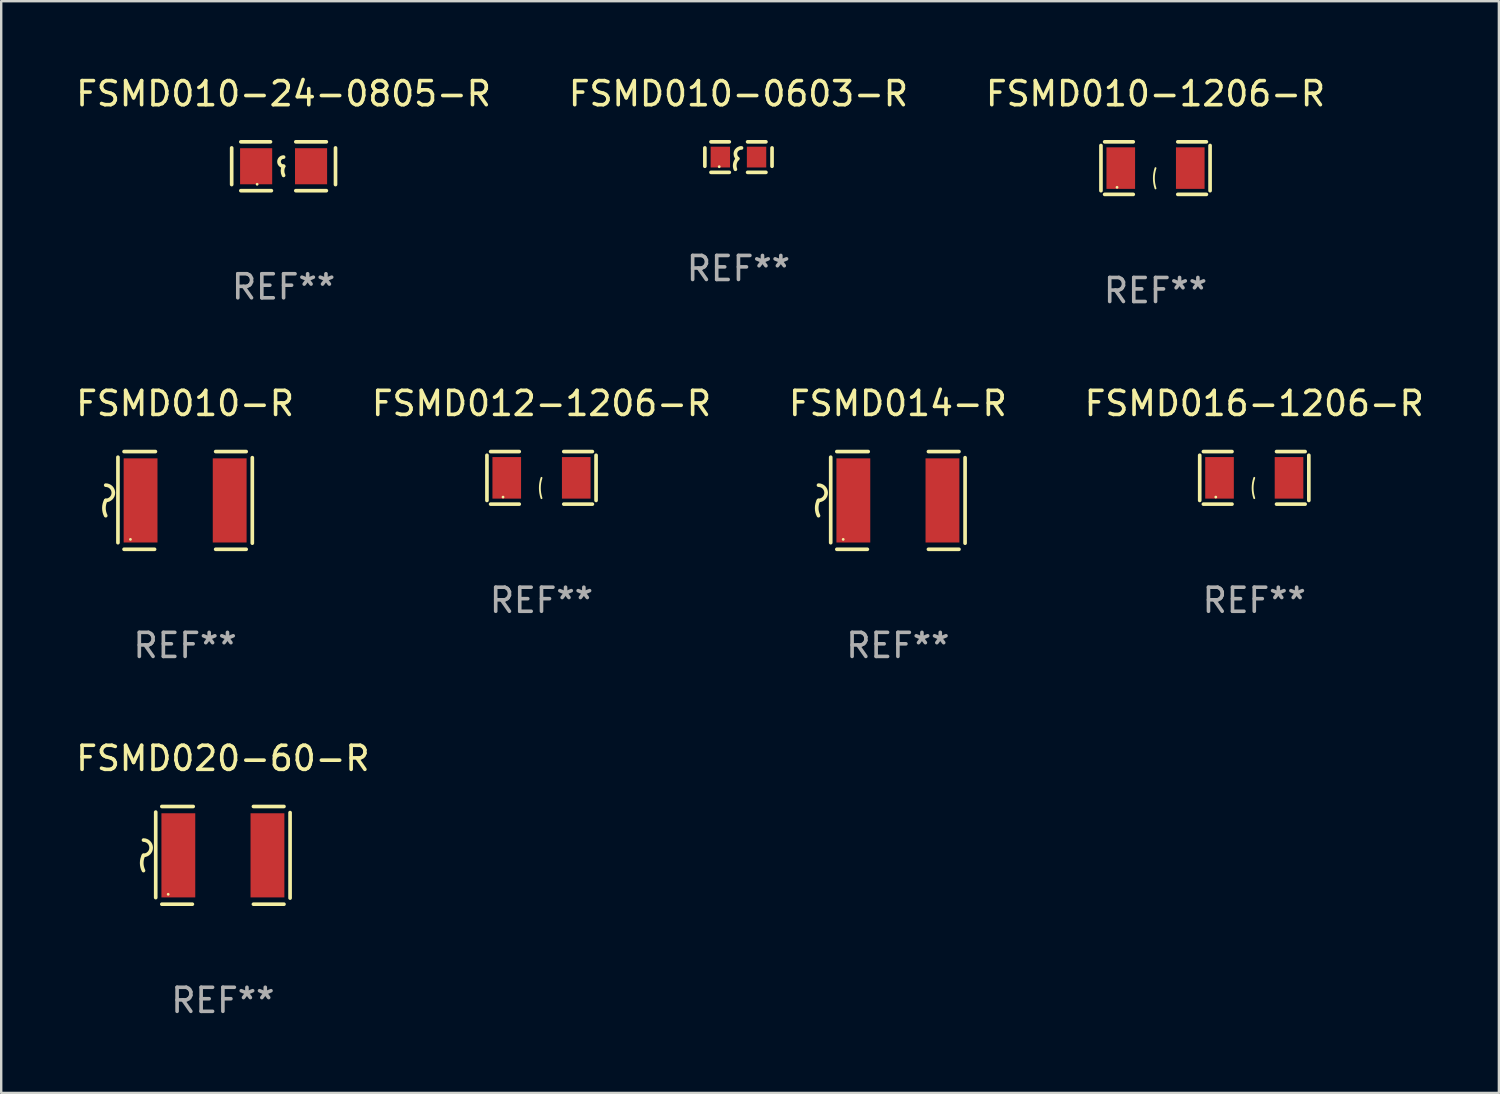
<source format=kicad_pcb>
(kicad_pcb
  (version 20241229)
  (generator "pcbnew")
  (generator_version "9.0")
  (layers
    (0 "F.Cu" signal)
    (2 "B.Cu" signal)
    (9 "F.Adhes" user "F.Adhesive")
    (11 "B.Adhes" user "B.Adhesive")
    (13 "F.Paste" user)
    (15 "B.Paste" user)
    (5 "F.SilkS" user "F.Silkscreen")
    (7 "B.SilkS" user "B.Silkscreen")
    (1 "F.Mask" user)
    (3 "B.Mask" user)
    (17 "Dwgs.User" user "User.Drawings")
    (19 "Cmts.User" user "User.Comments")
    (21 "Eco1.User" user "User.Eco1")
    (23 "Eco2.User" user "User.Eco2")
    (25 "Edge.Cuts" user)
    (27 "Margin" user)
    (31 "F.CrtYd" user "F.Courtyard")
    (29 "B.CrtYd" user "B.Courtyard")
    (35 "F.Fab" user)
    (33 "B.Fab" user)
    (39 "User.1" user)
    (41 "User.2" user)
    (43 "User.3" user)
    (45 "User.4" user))
  (footprint "FSMD010-24-0805-R"
    (layer "F.Cu")
    (at 8.744 3.864)
    (property "Reference" "FSMD010-24-0805-R" (at 0 -3.016 0) (layer "F.SilkS") (effects (font (size 1 1) (thickness 0.15))))
    (attr through_hole)
    (fp_line (start -2.159 -0.762) (end -2.159 0.762) (stroke (width 0.152) (type solid)) (layer "F.SilkS"))
    (fp_line (start -1.778 -1.016) (end -0.545 -1.016) (stroke (width 0.152) (type solid)) (layer "F.SilkS"))
    (fp_line (start -0.508 1.016) (end -1.778 1.016) (stroke (width 0.152) (type solid)) (layer "F.SilkS"))
    (fp_line (start 0.508 1.016) (end 1.778 1.016) (stroke (width 0.152) (type solid)) (layer "F.SilkS"))
    (fp_line (start 1.778 -1.016) (end 0.508 -1.016) (stroke (width 0.152) (type solid)) (layer "F.SilkS"))
    (fp_line (start 2.159 -0.762) (end 2.159 0.762) (stroke (width 0.152) (type solid)) (layer "F.SilkS"))
    (fp_arc (start 0 0) (mid -0.1905 -0.1905) (end 0 -0.381) (stroke (width 0.151994) (type solid)) (layer "F.SilkS"))
    (fp_arc (start 0 0.381001) (mid -0.044971 0.1905) (end 0 0) (stroke (width 0.151994) (type solid)) (layer "F.SilkS"))
    (fp_circle (center -1.1 0.75) (end -1.07 0.75) (stroke (width 0.06) (type solid)) (fill no) (layer "F.SilkS"))
    (fp_text user "REF**" (at 0 5.016 0) (layer "F.Fab") (effects (font (size 1 1) (thickness 0.15))))
    (pad "1" smd rect (at -1.142 0) (size 1.335 1.5) (layers "F.Cu" "F.Mask" "F.Paste"))
    (pad "2" smd rect (at 1.142 0) (size 1.335 1.5) (layers "F.Cu" "F.Mask" "F.Paste")))
  (footprint "FSMD020-60-R"
    (layer "F.Cu")
    (at 6.22 32.522)
    (property "Reference" "FSMD020-60-R" (at 0 -4.032 0) (layer "F.SilkS") (effects (font (size 1 1) (thickness 0.15))))
    (attr through_hole)
    (fp_line (start -2.794 -1.798) (end -2.794 1.758) (stroke (width 0.152) (type solid)) (layer "F.SilkS"))
    (fp_line (start -2.54 -2.032) (end -1.235 -2.032) (stroke (width 0.152) (type solid)) (layer "F.SilkS"))
    (fp_line (start -1.27 2.032) (end -2.54 2.032) (stroke (width 0.152) (type solid)) (layer "F.SilkS"))
    (fp_line (start 1.27 2.032) (end 2.54 2.032) (stroke (width 0.152) (type solid)) (layer "F.SilkS"))
    (fp_line (start 2.54 -2.032) (end 1.27 -2.032) (stroke (width 0.152) (type solid)) (layer "F.SilkS"))
    (fp_line (start 2.794 -1.778) (end 2.794 1.778) (stroke (width 0.152) (type solid)) (layer "F.SilkS"))
    (fp_arc (start -3.302007 -0.635002) (mid -2.984506 -0.317501) (end -3.302007 0) (stroke (width 0.151994) (type solid)) (layer "F.SilkS"))
    (fp_arc (start -3.302007 0.635002) (mid -3.376959 0.317501) (end -3.302007 0) (stroke (width 0.151994) (type solid)) (layer "F.SilkS"))
    (fp_circle (center -2.275 1.62) (end -2.245 1.62) (stroke (width 0.06) (type solid)) (fill no) (layer "F.SilkS"))
    (fp_text user "REF**" (at 0 6.032 0) (layer "F.Fab") (effects (font (size 1 1) (thickness 0.15))))
    (pad "1" smd rect (at -1.853 0) (size 1.407 3.499) (layers "F.Cu" "F.Mask" "F.Paste"))
    (pad "2" smd rect (at 1.853 0) (size 1.407 3.499) (layers "F.Cu" "F.Mask" "F.Paste")))
  (footprint "FSMD010-R"
    (layer "F.Cu")
    (at 4.649 17.762)
    (property "Reference" "FSMD010-R" (at 0 -4.032 0) (layer "F.SilkS") (effects (font (size 1 1) (thickness 0.15))))
    (attr through_hole)
    (fp_line (start -2.794 -1.798) (end -2.794 1.758) (stroke (width 0.152) (type solid)) (layer "F.SilkS"))
    (fp_line (start -2.54 -2.032) (end -1.235 -2.032) (stroke (width 0.152) (type solid)) (layer "F.SilkS"))
    (fp_line (start -1.27 2.032) (end -2.54 2.032) (stroke (width 0.152) (type solid)) (layer "F.SilkS"))
    (fp_line (start 1.27 2.032) (end 2.54 2.032) (stroke (width 0.152) (type solid)) (layer "F.SilkS"))
    (fp_line (start 2.54 -2.032) (end 1.27 -2.032) (stroke (width 0.152) (type solid)) (layer "F.SilkS"))
    (fp_line (start 2.794 -1.778) (end 2.794 1.778) (stroke (width 0.152) (type solid)) (layer "F.SilkS"))
    (fp_arc (start -3.302007 -0.635002) (mid -2.984506 -0.317501) (end -3.302007 0) (stroke (width 0.151994) (type solid)) (layer "F.SilkS"))
    (fp_arc (start -3.302007 0.635002) (mid -3.376959 0.317501) (end -3.302007 0) (stroke (width 0.151994) (type solid)) (layer "F.SilkS"))
    (fp_circle (center -2.275 1.62) (end -2.245 1.62) (stroke (width 0.06) (type solid)) (fill no) (layer "F.SilkS"))
    (fp_text user "REF**" (at 0 6.032 0) (layer "F.Fab") (effects (font (size 1 1) (thickness 0.15))))
    (pad "1" smd rect (at -1.853 0) (size 1.407 3.499) (layers "F.Cu" "F.Mask" "F.Paste"))
    (pad "2" smd rect (at 1.853 0) (size 1.407 3.499) (layers "F.Cu" "F.Mask" "F.Paste")))
  (footprint "FSMD016-1206-R"
    (layer "F.Cu")
    (at 49.113 16.823)
    (property "Reference" "FSMD016-1206-R" (at 0 -3.093 0) (layer "F.SilkS") (effects (font (size 1 1) (thickness 0.15))))
    (attr through_hole)
    (fp_line (start -2.269 -0.94) (end -2.269 0.94) (stroke (width 0.152) (type solid)) (layer "F.SilkS"))
    (fp_line (start -2.116 1.093) (end -0.926 1.093) (stroke (width 0.152) (type solid)) (layer "F.SilkS"))
    (fp_line (start -0.926 -1.093) (end -2.116 -1.093) (stroke (width 0.152) (type solid)) (layer "F.SilkS"))
    (fp_line (start 0.926 -1.093) (end 2.116 -1.093) (stroke (width 0.152) (type solid)) (layer "F.SilkS"))
    (fp_line (start 2.116 1.093) (end 0.926 1.093) (stroke (width 0.152) (type solid)) (layer "F.SilkS"))
    (fp_line (start 2.269 -0.94) (end 2.269 0.94) (stroke (width 0.152) (type solid)) (layer "F.SilkS"))
    (fp_arc (start 0 0.844951) (mid -0.068559 0.422475) (end 0 0) (stroke (width 0.0762) (type solid)) (layer "F.SilkS"))
    (fp_circle (center -1.6 0.8) (end -1.57 0.8) (stroke (width 0.06) (type solid)) (fill no) (layer "F.SilkS"))
    (fp_text user "REF**" (at 0 5.093 0) (layer "F.Fab") (effects (font (size 1 1) (thickness 0.15))))
    (pad "1" smd rect (at -1.445 0) (size 1.19 1.728) (layers "F.Cu" "F.Mask" "F.Paste"))
    (pad "2" smd rect (at 1.445 0) (size 1.19 1.728) (layers "F.Cu" "F.Mask" "F.Paste")))
  (footprint "FSMD014-R"
    (layer "F.Cu")
    (at 34.292 17.762)
    (property "Reference" "FSMD014-R" (at 0 -4.032 0) (layer "F.SilkS") (effects (font (size 1 1) (thickness 0.15))))
    (attr through_hole)
    (fp_line (start -2.794 -1.798) (end -2.794 1.758) (stroke (width 0.152) (type solid)) (layer "F.SilkS"))
    (fp_line (start -2.54 -2.032) (end -1.235 -2.032) (stroke (width 0.152) (type solid)) (layer "F.SilkS"))
    (fp_line (start -1.27 2.032) (end -2.54 2.032) (stroke (width 0.152) (type solid)) (layer "F.SilkS"))
    (fp_line (start 1.27 2.032) (end 2.54 2.032) (stroke (width 0.152) (type solid)) (layer "F.SilkS"))
    (fp_line (start 2.54 -2.032) (end 1.27 -2.032) (stroke (width 0.152) (type solid)) (layer "F.SilkS"))
    (fp_line (start 2.794 -1.778) (end 2.794 1.778) (stroke (width 0.152) (type solid)) (layer "F.SilkS"))
    (fp_arc (start -3.302007 -0.635002) (mid -2.984506 -0.317501) (end -3.302007 0) (stroke (width 0.151994) (type solid)) (layer "F.SilkS"))
    (fp_arc (start -3.302007 0.635002) (mid -3.376959 0.317501) (end -3.302007 0) (stroke (width 0.151994) (type solid)) (layer "F.SilkS"))
    (fp_circle (center -2.275 1.62) (end -2.245 1.62) (stroke (width 0.06) (type solid)) (fill no) (layer "F.SilkS"))
    (fp_text user "REF**" (at 0 6.032 0) (layer "F.Fab") (effects (font (size 1 1) (thickness 0.15))))
    (pad "1" smd rect (at -1.853 0) (size 1.407 3.499) (layers "F.Cu" "F.Mask" "F.Paste"))
    (pad "2" smd rect (at 1.853 0) (size 1.407 3.499) (layers "F.Cu" "F.Mask" "F.Paste")))
  (footprint "FSMD012-1206-R"
    (layer "F.Cu")
    (at 19.47 16.823)
    (property "Reference" "FSMD012-1206-R" (at 0 -3.093 0) (layer "F.SilkS") (effects (font (size 1 1) (thickness 0.15))))
    (attr through_hole)
    (fp_line (start -2.269 -0.94) (end -2.269 0.94) (stroke (width 0.152) (type solid)) (layer "F.SilkS"))
    (fp_line (start -2.116 1.093) (end -0.926 1.093) (stroke (width 0.152) (type solid)) (layer "F.SilkS"))
    (fp_line (start -0.926 -1.093) (end -2.116 -1.093) (stroke (width 0.152) (type solid)) (layer "F.SilkS"))
    (fp_line (start 0.926 -1.093) (end 2.116 -1.093) (stroke (width 0.152) (type solid)) (layer "F.SilkS"))
    (fp_line (start 2.116 1.093) (end 0.926 1.093) (stroke (width 0.152) (type solid)) (layer "F.SilkS"))
    (fp_line (start 2.269 -0.94) (end 2.269 0.94) (stroke (width 0.152) (type solid)) (layer "F.SilkS"))
    (fp_arc (start 0 0.844951) (mid -0.068559 0.422475) (end 0 0) (stroke (width 0.0762) (type solid)) (layer "F.SilkS"))
    (fp_circle (center -1.6 0.8) (end -1.57 0.8) (stroke (width 0.06) (type solid)) (fill no) (layer "F.SilkS"))
    (fp_text user "REF**" (at 0 5.093 0) (layer "F.Fab") (effects (font (size 1 1) (thickness 0.15))))
    (pad "1" smd rect (at -1.445 0) (size 1.19 1.728) (layers "F.Cu" "F.Mask" "F.Paste"))
    (pad "2" smd rect (at 1.445 0) (size 1.19 1.728) (layers "F.Cu" "F.Mask" "F.Paste")))
  (footprint "FSMD010-1206-R"
    (layer "F.Cu")
    (at 45.006 3.941)
    (property "Reference" "FSMD010-1206-R" (at 0 -3.093 0) (layer "F.SilkS") (effects (font (size 1 1) (thickness 0.15))))
    (attr through_hole)
    (fp_line (start -2.269 -0.94) (end -2.269 0.94) (stroke (width 0.152) (type solid)) (layer "F.SilkS"))
    (fp_line (start -2.116 1.093) (end -0.926 1.093) (stroke (width 0.152) (type solid)) (layer "F.SilkS"))
    (fp_line (start -0.926 -1.093) (end -2.116 -1.093) (stroke (width 0.152) (type solid)) (layer "F.SilkS"))
    (fp_line (start 0.926 -1.093) (end 2.116 -1.093) (stroke (width 0.152) (type solid)) (layer "F.SilkS"))
    (fp_line (start 2.116 1.093) (end 0.926 1.093) (stroke (width 0.152) (type solid)) (layer "F.SilkS"))
    (fp_line (start 2.269 -0.94) (end 2.269 0.94) (stroke (width 0.152) (type solid)) (layer "F.SilkS"))
    (fp_arc (start 0 0.844951) (mid -0.068559 0.422475) (end 0 0) (stroke (width 0.0762) (type solid)) (layer "F.SilkS"))
    (fp_circle (center -1.6 0.8) (end -1.57 0.8) (stroke (width 0.06) (type solid)) (fill no) (layer "F.SilkS"))
    (fp_text user "REF**" (at 0 5.093 0) (layer "F.Fab") (effects (font (size 1 1) (thickness 0.15))))
    (pad "1" smd rect (at -1.445 0) (size 1.19 1.728) (layers "F.Cu" "F.Mask" "F.Paste"))
    (pad "2" smd rect (at 1.445 0) (size 1.19 1.728) (layers "F.Cu" "F.Mask" "F.Paste")))
  (footprint "FSMD010-0603-R"
    (layer "F.Cu")
    (at 27.661 3.483)
    (property "Reference" "FSMD010-0603-R" (at 0 -2.635 0) (layer "F.SilkS") (effects (font (size 1 1) (thickness 0.15))))
    (attr through_hole)
    (fp_line (start -1.397 -0.381) (end -1.397 0.381) (stroke (width 0.152) (type solid)) (layer "F.SilkS"))
    (fp_line (start -0.381 -0.635) (end -1.143 -0.635) (stroke (width 0.152) (type solid)) (layer "F.SilkS"))
    (fp_line (start -0.381 0.635) (end -1.143 0.635) (stroke (width 0.152) (type solid)) (layer "F.SilkS"))
    (fp_line (start 0.381 -0.635) (end 1.143 -0.635) (stroke (width 0.152) (type solid)) (layer "F.SilkS"))
    (fp_line (start 0.381 0.635) (end 1.143 0.635) (stroke (width 0.152) (type solid)) (layer "F.SilkS"))
    (fp_line (start 1.397 -0.381) (end 1.397 0.381) (stroke (width 0.152) (type solid)) (layer "F.SilkS"))
    (fp_arc (start -0.127 0.508001) (mid -0.146523 0.271131) (end -0.030861 0.0635) (stroke (width 0.151994) (type solid)) (layer "F.SilkS"))
    (fp_arc (start -0.03175 0.0635) (mid -0.113571 -0.216321) (end 0.127001 -0.381002) (stroke (width 0.151994) (type solid)) (layer "F.SilkS"))
    (fp_circle (center -0.8 0.4) (end -0.77 0.4) (stroke (width 0.06) (type solid)) (fill no) (layer "F.SilkS"))
    (fp_text user "REF**" (at 0 4.635 0) (layer "F.Fab") (effects (font (size 1 1) (thickness 0.15))))
    (pad "1" smd rect (at -0.753 0) (size 0.806 0.864) (layers "F.Cu" "F.Mask" "F.Paste"))
    (pad "2" smd rect (at 0.753 0) (size 0.806 0.864) (layers "F.Cu" "F.Mask" "F.Paste")))
  (gr_rect
    (start -3 -3)
    (end 59.286 42.403)
    (stroke (width 0.1) (type default))
    (fill no)
    (layer "Edge.Cuts")))
</source>
